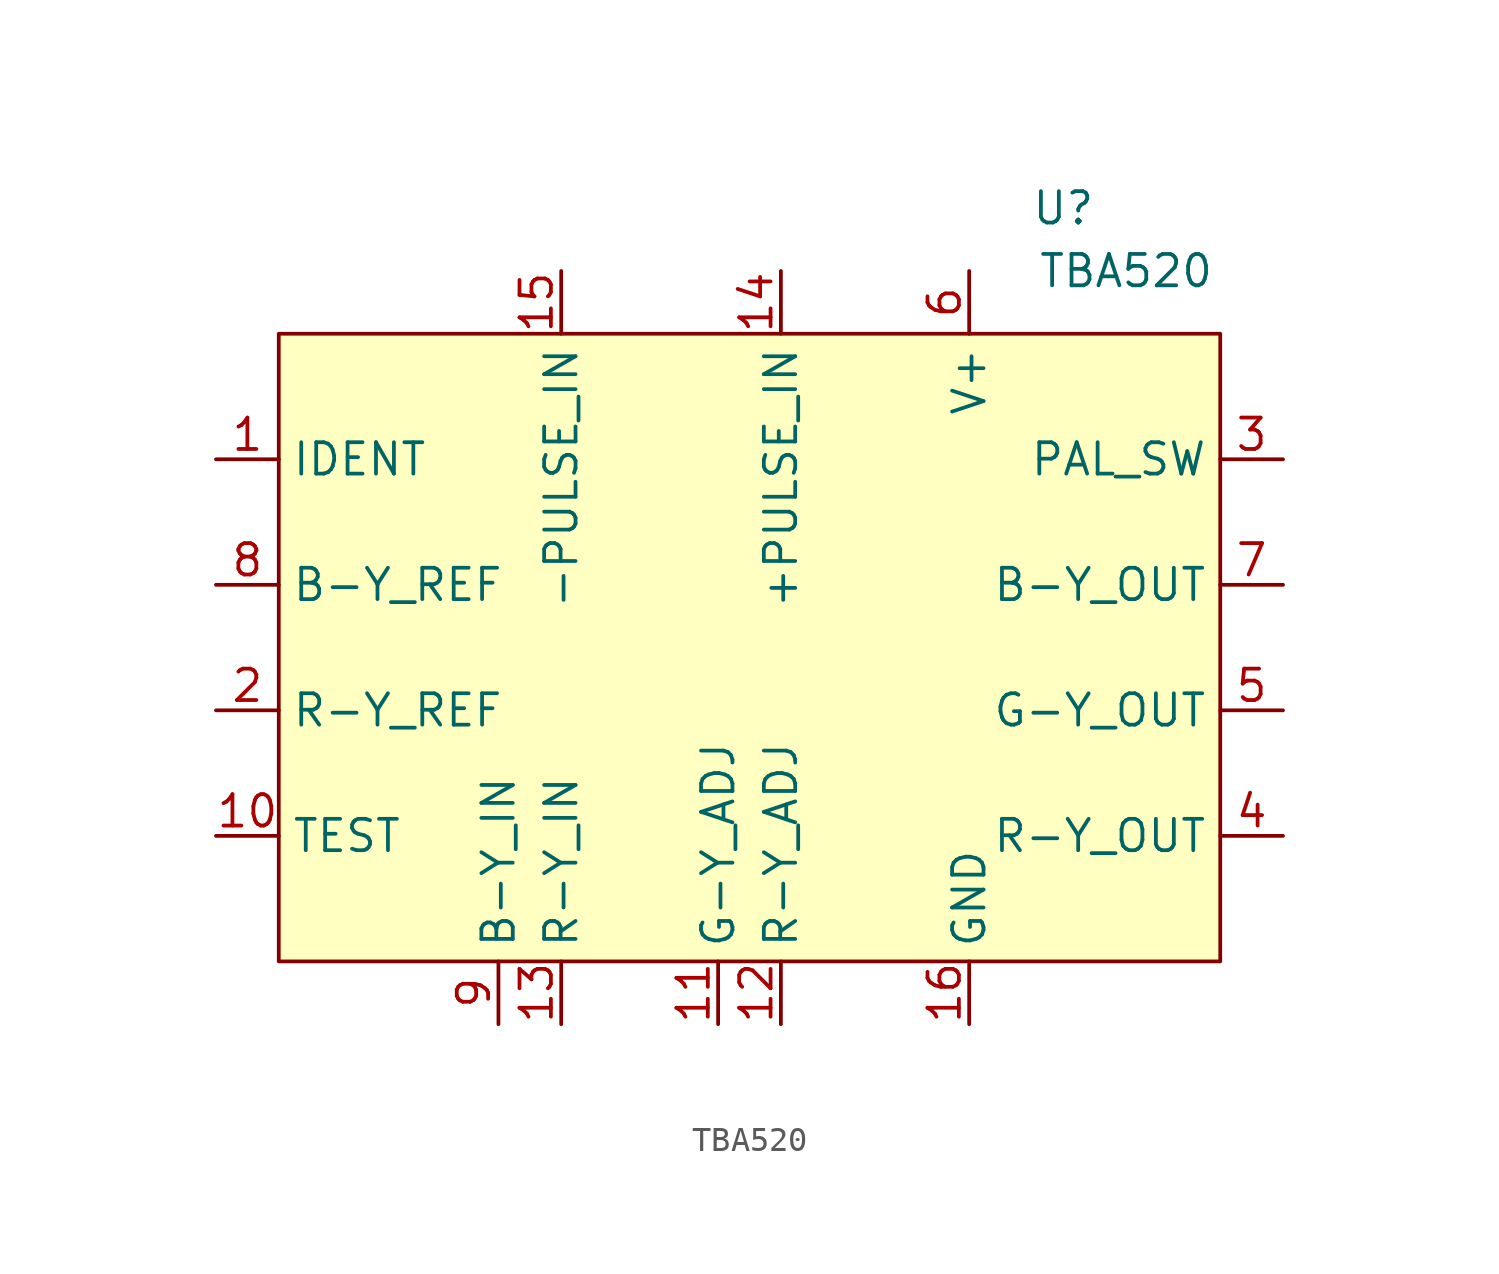
<source format=kicad_sym>
(kicad_symbol_lib
  (version 20220914)
  (generator kicad_symbol_editor)
  (symbol "TBA520"
    (property "Reference" "U"
      (at 12.7 2.54 0)
      (effects (font (size 1.27 1.27))))
    (property "Value" "TBA520"
      (at 15.24 0 0)
      (effects (font (size 1.27 1.27))))
    (symbol "TBA520_1_1"
      (rectangle (start -19.05 -2.54) (end 19.05 -27.94) (stroke (width 0) (type default)) (fill (type background)))
      (pin input line (at -21.59 -7.62 0) (length 2.54) (name "IDENT" (effects (font (size 1.27 1.27)))) (number "1" (effects (font (size 1.27 1.27)))))
      (pin input line (at -21.59 -22.86 0) (length 2.54) (name "TEST" (effects (font (size 1.27 1.27)))) (number "10" (effects (font (size 1.27 1.27)))))
      (pin input line (at -1.27 -30.48 90) (length 2.54) (name "G-Y_ADJ" (effects (font (size 1.27 1.27)))) (number "11" (effects (font (size 1.27 1.27)))))
      (pin input line (at 1.27 -30.48 90) (length 2.54) (name "R-Y_ADJ" (effects (font (size 1.27 1.27)))) (number "12" (effects (font (size 1.27 1.27)))))
      (pin input line (at -7.62 -30.48 90) (length 2.54) (name "R-Y_IN" (effects (font (size 1.27 1.27)))) (number "13" (effects (font (size 1.27 1.27)))))
      (pin input line (at 1.27 0 270) (length 2.54) (name "+PULSE_IN" (effects (font (size 1.27 1.27)))) (number "14" (effects (font (size 1.27 1.27)))))
      (pin input line (at -7.62 0 270) (length 2.54) (name "-PULSE_IN" (effects (font (size 1.27 1.27)))) (number "15" (effects (font (size 1.27 1.27)))))
      (pin power_in line (at 8.89 -30.48 90) (length 2.54) (name "GND" (effects (font (size 1.27 1.27)))) (number "16" (effects (font (size 1.27 1.27)))))
      (pin input line (at -21.59 -17.78 0) (length 2.54) (name "R-Y_REF" (effects (font (size 1.27 1.27)))) (number "2" (effects (font (size 1.27 1.27)))))
      (pin output line (at 21.59 -7.62 180) (length 2.54) (name "PAL_SW" (effects (font (size 1.27 1.27)))) (number "3" (effects (font (size 1.27 1.27)))))
      (pin output line (at 21.59 -22.86 180) (length 2.54) (name "R-Y_OUT" (effects (font (size 1.27 1.27)))) (number "4" (effects (font (size 1.27 1.27)))))
      (pin output line (at 21.59 -17.78 180) (length 2.54) (name "G-Y_OUT" (effects (font (size 1.27 1.27)))) (number "5" (effects (font (size 1.27 1.27)))))
      (pin power_in line (at 8.89 0 270) (length 2.54) (name "V+" (effects (font (size 1.27 1.27)))) (number "6" (effects (font (size 1.27 1.27)))))
      (pin output line (at 21.59 -12.7 180) (length 2.54) (name "B-Y_OUT" (effects (font (size 1.27 1.27)))) (number "7" (effects (font (size 1.27 1.27)))))
      (pin input line (at -21.59 -12.7 0) (length 2.54) (name "B-Y_REF" (effects (font (size 1.27 1.27)))) (number "8" (effects (font (size 1.27 1.27)))))
      (pin input line (at -10.16 -30.48 90) (length 2.54) (name "B-Y_IN" (effects (font (size 1.27 1.27)))) (number "9" (effects (font (size 1.27 1.27))))))))
</source>
